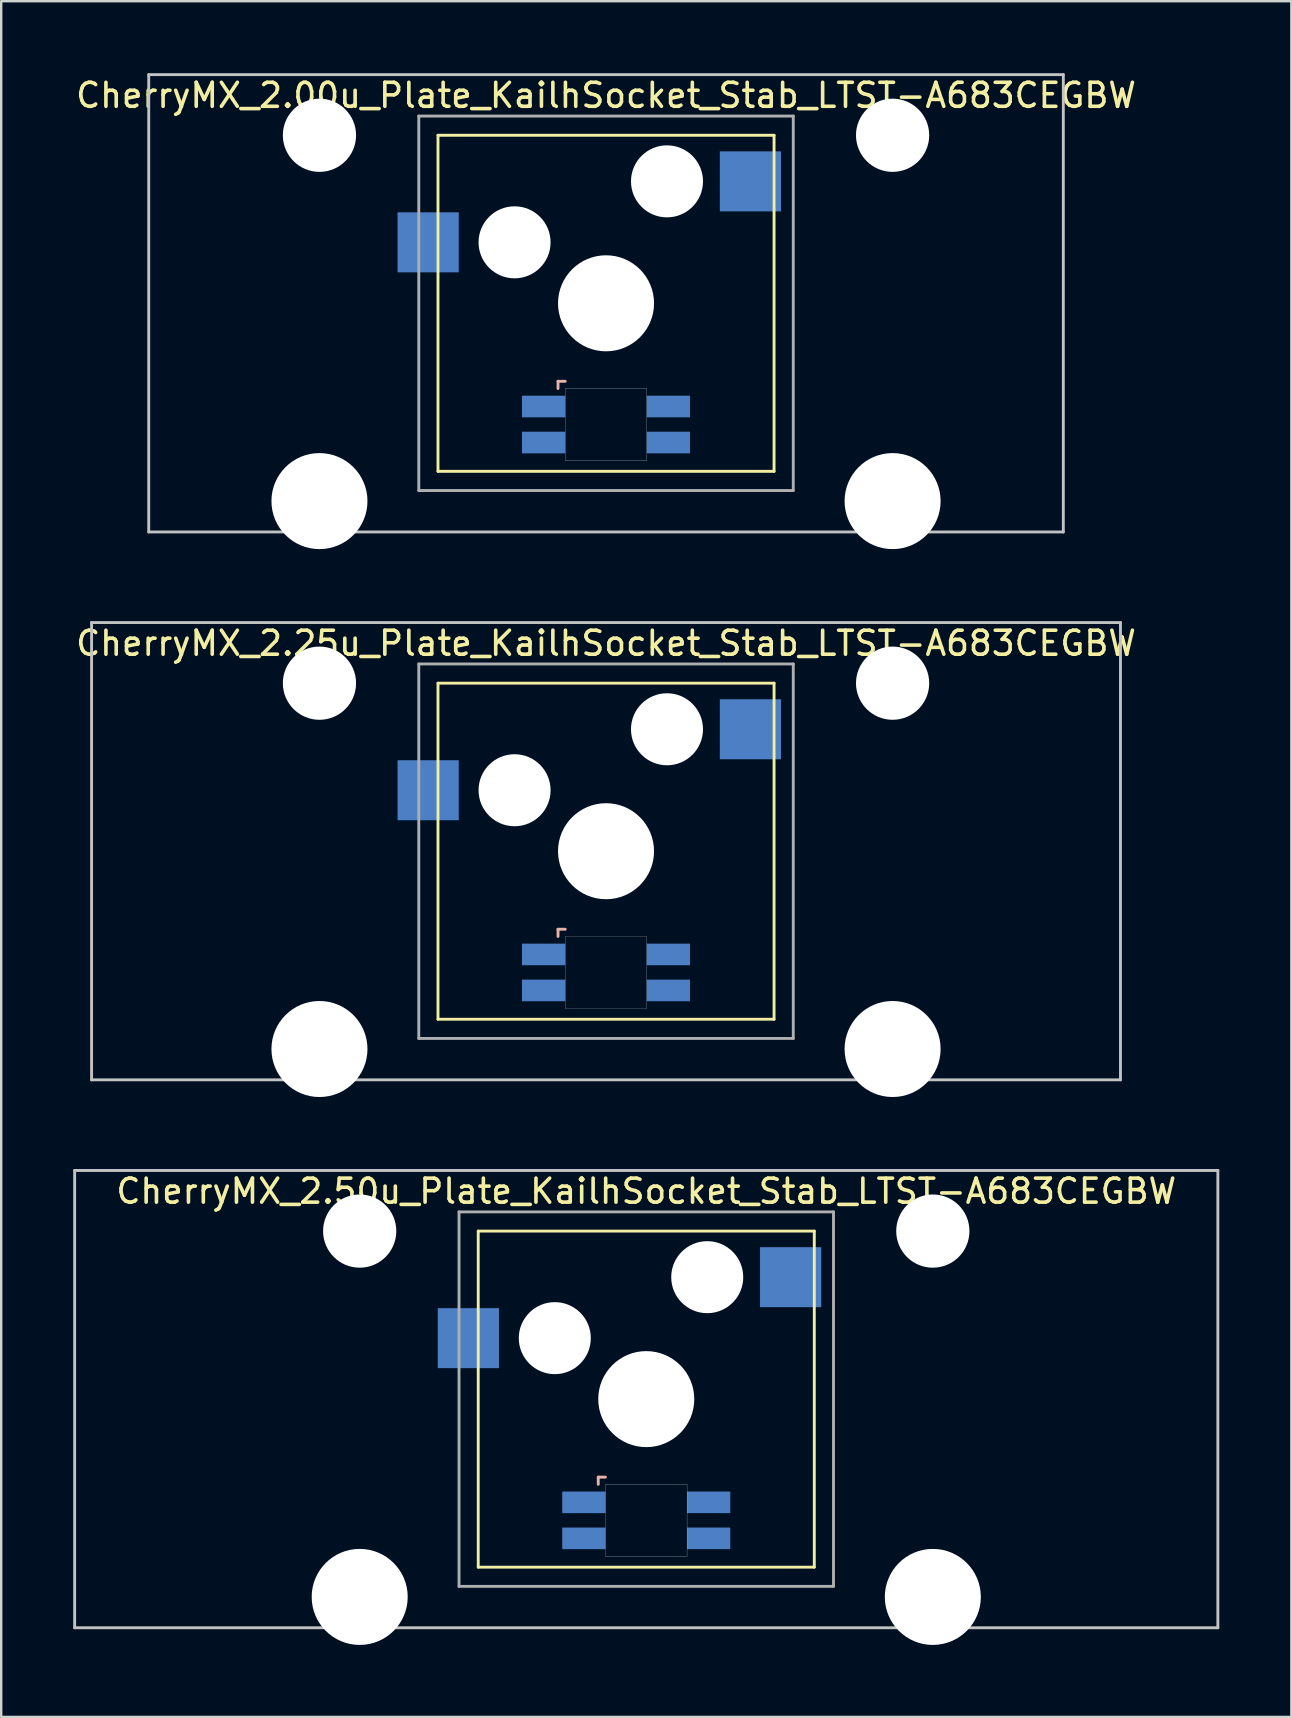
<source format=kicad_pcb>
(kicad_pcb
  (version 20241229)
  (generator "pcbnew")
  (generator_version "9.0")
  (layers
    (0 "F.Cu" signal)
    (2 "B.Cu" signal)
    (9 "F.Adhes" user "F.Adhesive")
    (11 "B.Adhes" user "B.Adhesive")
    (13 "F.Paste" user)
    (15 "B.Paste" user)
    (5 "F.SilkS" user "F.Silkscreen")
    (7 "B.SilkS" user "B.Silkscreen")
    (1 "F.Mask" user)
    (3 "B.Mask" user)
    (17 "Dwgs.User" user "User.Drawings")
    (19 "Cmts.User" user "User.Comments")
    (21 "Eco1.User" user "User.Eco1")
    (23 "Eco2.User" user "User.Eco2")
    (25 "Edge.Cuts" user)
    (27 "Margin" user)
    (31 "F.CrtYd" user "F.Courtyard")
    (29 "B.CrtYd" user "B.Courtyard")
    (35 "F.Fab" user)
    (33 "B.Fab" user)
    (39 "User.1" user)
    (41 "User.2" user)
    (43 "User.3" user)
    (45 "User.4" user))
  (footprint "CherryMX_2.50u_Plate_KailhSocket_Stab_LTST-A683CEGBW"
    (layer "F.Cu")
    (at 23.872 55.235)
    (property "Reference" "CherryMX_2.50u_Plate_KailhSocket_Stab_LTST-A683CEGBW" (at 0 -8.662 0) (layer "F.SilkS") (effects (font (size 1 1) (thickness 0.15))))
    (attr through_hole)
    (fp_line (start -7 -7) (end -7 7) (stroke (width 0.12) (type solid)) (layer "F.SilkS"))
    (fp_line (start -7 -7) (end 7 -7) (stroke (width 0.12) (type solid)) (layer "F.SilkS"))
    (fp_line (start 7 -7) (end 7 7) (stroke (width 0.12) (type solid)) (layer "F.SilkS"))
    (fp_line (start 7 7) (end -7 7) (stroke (width 0.12) (type solid)) (layer "F.SilkS"))
    (fp_line (start -2 3.25) (end -2 3.55) (stroke (width 0.12) (type solid)) (layer "B.SilkS"))
    (fp_line (start -1.7 3.25) (end -2 3.25) (stroke (width 0.12) (type solid)) (layer "B.SilkS"))
    (fp_line (start -23.812 -9.525) (end 23.812 -9.525) (stroke (width 0.12) (type solid)) (layer "Dwgs.User"))
    (fp_line (start -23.812 9.525) (end -23.812 -9.525) (stroke (width 0.12) (type solid)) (layer "Dwgs.User"))
    (fp_line (start 23.812 -9.525) (end 23.812 9.525) (stroke (width 0.12) (type solid)) (layer "Dwgs.User"))
    (fp_line (start 23.812 9.525) (end -23.812 9.525) (stroke (width 0.12) (type solid)) (layer "Dwgs.User"))
    (fp_poly (pts (xy 1.7 6.55) (xy -1.7 6.55) (xy -1.7 3.55) (xy 1.7 3.55)) (stroke (width 0.01) (type solid)) (fill no) (layer "Edge.Cuts"))
    (fp_line (start -7.8 -7.8) (end -7.8 7.8) (stroke (width 0.12) (type solid)) (layer "F.Fab"))
    (fp_line (start -7.8 -7.8) (end 7.8 -7.8) (stroke (width 0.12) (type solid)) (layer "F.Fab"))
    (fp_line (start -7.8 7.8) (end 7.8 7.8) (stroke (width 0.12) (type solid)) (layer "F.Fab"))
    (fp_line (start 7.8 -7.8) (end 7.8 7.8) (stroke (width 0.12) (type solid)) (layer "F.Fab"))
    (pad "" np_thru_hole circle (at -11.938 -7) (size 3.05 3.05) (drill 3.05) (layers "*.Cu" "*.Mask"))
    (pad "" np_thru_hole circle (at -11.938 8.24) (size 4 4) (drill 4) (layers "*.Cu" "*.Mask"))
    (pad "" np_thru_hole circle (at -3.81 -2.54) (size 3 3) (drill 3) (layers "*.Cu" "*.Mask"))
    (pad "" np_thru_hole circle (at 0 0) (size 4 4) (drill 4) (layers "*.Cu" "*.Mask"))
    (pad "" np_thru_hole circle (at 2.54 -5.08) (size 3 3) (drill 3) (layers "*.Cu" "*.Mask"))
    (pad "" np_thru_hole circle (at 11.938 -7) (size 3.05 3.05) (drill 3.05) (layers "*.Cu" "*.Mask"))
    (pad "" np_thru_hole circle (at 11.938 8.24) (size 4 4) (drill 4) (layers "*.Cu" "*.Mask"))
    (pad "1" smd rect (at -7.41 -2.54) (size 2.55 2.5) (layers "B.Cu" "B.Mask" "B.Paste"))
    (pad "2" smd rect (at 6.015 -5.08) (size 2.55 2.5) (layers "B.Cu" "B.Mask" "B.Paste"))
    (pad "3" smd rect (at -2.6 4.3) (size 1.8 0.9) (layers "B.Cu" "B.Mask" "B.Paste"))
    (pad "4" smd rect (at -2.6 5.8) (size 1.8 0.9) (layers "B.Cu" "B.Mask" "B.Paste"))
    (pad "5" smd rect (at 2.6 4.3) (size 1.8 0.9) (layers "B.Cu" "B.Mask" "B.Paste"))
    (pad "6" smd rect (at 2.6 5.8) (size 1.8 0.9) (layers "B.Cu" "B.Mask" "B.Paste")))
  (footprint "CherryMX_2.25u_Plate_KailhSocket_Stab_LTST-A683CEGBW"
    (layer "F.Cu")
    (at 22.196 32.41)
    (property "Reference" "CherryMX_2.25u_Plate_KailhSocket_Stab_LTST-A683CEGBW" (at 0 -8.662 0) (layer "F.SilkS") (effects (font (size 1 1) (thickness 0.15))))
    (attr through_hole)
    (fp_line (start -7 -7) (end -7 7) (stroke (width 0.12) (type solid)) (layer "F.SilkS"))
    (fp_line (start -7 -7) (end 7 -7) (stroke (width 0.12) (type solid)) (layer "F.SilkS"))
    (fp_line (start 7 -7) (end 7 7) (stroke (width 0.12) (type solid)) (layer "F.SilkS"))
    (fp_line (start 7 7) (end -7 7) (stroke (width 0.12) (type solid)) (layer "F.SilkS"))
    (fp_line (start -2 3.25) (end -2 3.55) (stroke (width 0.12) (type solid)) (layer "B.SilkS"))
    (fp_line (start -1.7 3.25) (end -2 3.25) (stroke (width 0.12) (type solid)) (layer "B.SilkS"))
    (fp_line (start -21.431 -9.525) (end 21.431 -9.525) (stroke (width 0.12) (type solid)) (layer "Dwgs.User"))
    (fp_line (start -21.431 9.525) (end -21.431 -9.525) (stroke (width 0.12) (type solid)) (layer "Dwgs.User"))
    (fp_line (start 21.431 -9.525) (end 21.431 9.525) (stroke (width 0.12) (type solid)) (layer "Dwgs.User"))
    (fp_line (start 21.431 9.525) (end -21.431 9.525) (stroke (width 0.12) (type solid)) (layer "Dwgs.User"))
    (fp_poly (pts (xy 1.7 6.55) (xy -1.7 6.55) (xy -1.7 3.55) (xy 1.7 3.55)) (stroke (width 0.01) (type solid)) (fill no) (layer "Edge.Cuts"))
    (fp_line (start -7.8 -7.8) (end -7.8 7.8) (stroke (width 0.12) (type solid)) (layer "F.Fab"))
    (fp_line (start -7.8 -7.8) (end 7.8 -7.8) (stroke (width 0.12) (type solid)) (layer "F.Fab"))
    (fp_line (start -7.8 7.8) (end 7.8 7.8) (stroke (width 0.12) (type solid)) (layer "F.Fab"))
    (fp_line (start 7.8 -7.8) (end 7.8 7.8) (stroke (width 0.12) (type solid)) (layer "F.Fab"))
    (pad "" np_thru_hole circle (at -11.938 -7) (size 3.05 3.05) (drill 3.05) (layers "*.Cu" "*.Mask"))
    (pad "" np_thru_hole circle (at -11.938 8.24) (size 4 4) (drill 4) (layers "*.Cu" "*.Mask"))
    (pad "" np_thru_hole circle (at -3.81 -2.54) (size 3 3) (drill 3) (layers "*.Cu" "*.Mask"))
    (pad "" np_thru_hole circle (at 0 0) (size 4 4) (drill 4) (layers "*.Cu" "*.Mask"))
    (pad "" np_thru_hole circle (at 2.54 -5.08) (size 3 3) (drill 3) (layers "*.Cu" "*.Mask"))
    (pad "" np_thru_hole circle (at 11.938 -7) (size 3.05 3.05) (drill 3.05) (layers "*.Cu" "*.Mask"))
    (pad "" np_thru_hole circle (at 11.938 8.24) (size 4 4) (drill 4) (layers "*.Cu" "*.Mask"))
    (pad "1" smd rect (at -7.41 -2.54) (size 2.55 2.5) (layers "B.Cu" "B.Mask" "B.Paste"))
    (pad "2" smd rect (at 6.015 -5.08) (size 2.55 2.5) (layers "B.Cu" "B.Mask" "B.Paste"))
    (pad "3" smd rect (at -2.6 4.3) (size 1.8 0.9) (layers "B.Cu" "B.Mask" "B.Paste"))
    (pad "4" smd rect (at -2.6 5.8) (size 1.8 0.9) (layers "B.Cu" "B.Mask" "B.Paste"))
    (pad "5" smd rect (at 2.6 4.3) (size 1.8 0.9) (layers "B.Cu" "B.Mask" "B.Paste"))
    (pad "6" smd rect (at 2.6 5.8) (size 1.8 0.9) (layers "B.Cu" "B.Mask" "B.Paste")))
  (footprint "CherryMX_2.00u_Plate_KailhSocket_Stab_LTST-A683CEGBW"
    (layer "F.Cu")
    (at 22.196 9.585)
    (property "Reference" "CherryMX_2.00u_Plate_KailhSocket_Stab_LTST-A683CEGBW" (at 0 -8.662 0) (layer "F.SilkS") (effects (font (size 1 1) (thickness 0.15))))
    (attr through_hole)
    (fp_line (start -7 -7) (end -7 7) (stroke (width 0.12) (type solid)) (layer "F.SilkS"))
    (fp_line (start -7 -7) (end 7 -7) (stroke (width 0.12) (type solid)) (layer "F.SilkS"))
    (fp_line (start 7 -7) (end 7 7) (stroke (width 0.12) (type solid)) (layer "F.SilkS"))
    (fp_line (start 7 7) (end -7 7) (stroke (width 0.12) (type solid)) (layer "F.SilkS"))
    (fp_line (start -2 3.25) (end -2 3.55) (stroke (width 0.12) (type solid)) (layer "B.SilkS"))
    (fp_line (start -1.7 3.25) (end -2 3.25) (stroke (width 0.12) (type solid)) (layer "B.SilkS"))
    (fp_line (start -19.05 -9.525) (end 19.05 -9.525) (stroke (width 0.12) (type solid)) (layer "Dwgs.User"))
    (fp_line (start -19.05 9.525) (end -19.05 -9.525) (stroke (width 0.12) (type solid)) (layer "Dwgs.User"))
    (fp_line (start 19.05 -9.525) (end 19.05 9.525) (stroke (width 0.12) (type solid)) (layer "Dwgs.User"))
    (fp_line (start 19.05 9.525) (end -19.05 9.525) (stroke (width 0.12) (type solid)) (layer "Dwgs.User"))
    (fp_poly (pts (xy 1.7 6.55) (xy -1.7 6.55) (xy -1.7 3.55) (xy 1.7 3.55)) (stroke (width 0.01) (type solid)) (fill no) (layer "Edge.Cuts"))
    (fp_line (start -7.8 -7.8) (end -7.8 7.8) (stroke (width 0.12) (type solid)) (layer "F.Fab"))
    (fp_line (start -7.8 -7.8) (end 7.8 -7.8) (stroke (width 0.12) (type solid)) (layer "F.Fab"))
    (fp_line (start -7.8 7.8) (end 7.8 7.8) (stroke (width 0.12) (type solid)) (layer "F.Fab"))
    (fp_line (start 7.8 -7.8) (end 7.8 7.8) (stroke (width 0.12) (type solid)) (layer "F.Fab"))
    (pad "" np_thru_hole circle (at -11.938 -7) (size 3.05 3.05) (drill 3.05) (layers "*.Cu" "*.Mask"))
    (pad "" np_thru_hole circle (at -11.938 8.24) (size 4 4) (drill 4) (layers "*.Cu" "*.Mask"))
    (pad "" np_thru_hole circle (at -3.81 -2.54) (size 3 3) (drill 3) (layers "*.Cu" "*.Mask"))
    (pad "" np_thru_hole circle (at 0 0) (size 4 4) (drill 4) (layers "*.Cu" "*.Mask"))
    (pad "" np_thru_hole circle (at 2.54 -5.08) (size 3 3) (drill 3) (layers "*.Cu" "*.Mask"))
    (pad "" np_thru_hole circle (at 11.938 -7) (size 3.05 3.05) (drill 3.05) (layers "*.Cu" "*.Mask"))
    (pad "" np_thru_hole circle (at 11.938 8.24) (size 4 4) (drill 4) (layers "*.Cu" "*.Mask"))
    (pad "1" smd rect (at -7.41 -2.54) (size 2.55 2.5) (layers "B.Cu" "B.Mask" "B.Paste"))
    (pad "2" smd rect (at 6.015 -5.08) (size 2.55 2.5) (layers "B.Cu" "B.Mask" "B.Paste"))
    (pad "3" smd rect (at -2.6 4.3) (size 1.8 0.9) (layers "B.Cu" "B.Mask" "B.Paste"))
    (pad "4" smd rect (at -2.6 5.8) (size 1.8 0.9) (layers "B.Cu" "B.Mask" "B.Paste"))
    (pad "5" smd rect (at 2.6 4.3) (size 1.8 0.9) (layers "B.Cu" "B.Mask" "B.Paste"))
    (pad "6" smd rect (at 2.6 5.8) (size 1.8 0.9) (layers "B.Cu" "B.Mask" "B.Paste")))
  (gr_rect
    (start -3 -3)
    (end 50.745 68.475)
    (stroke (width 0.1) (type default))
    (fill no)
    (layer "Edge.Cuts")))
</source>
